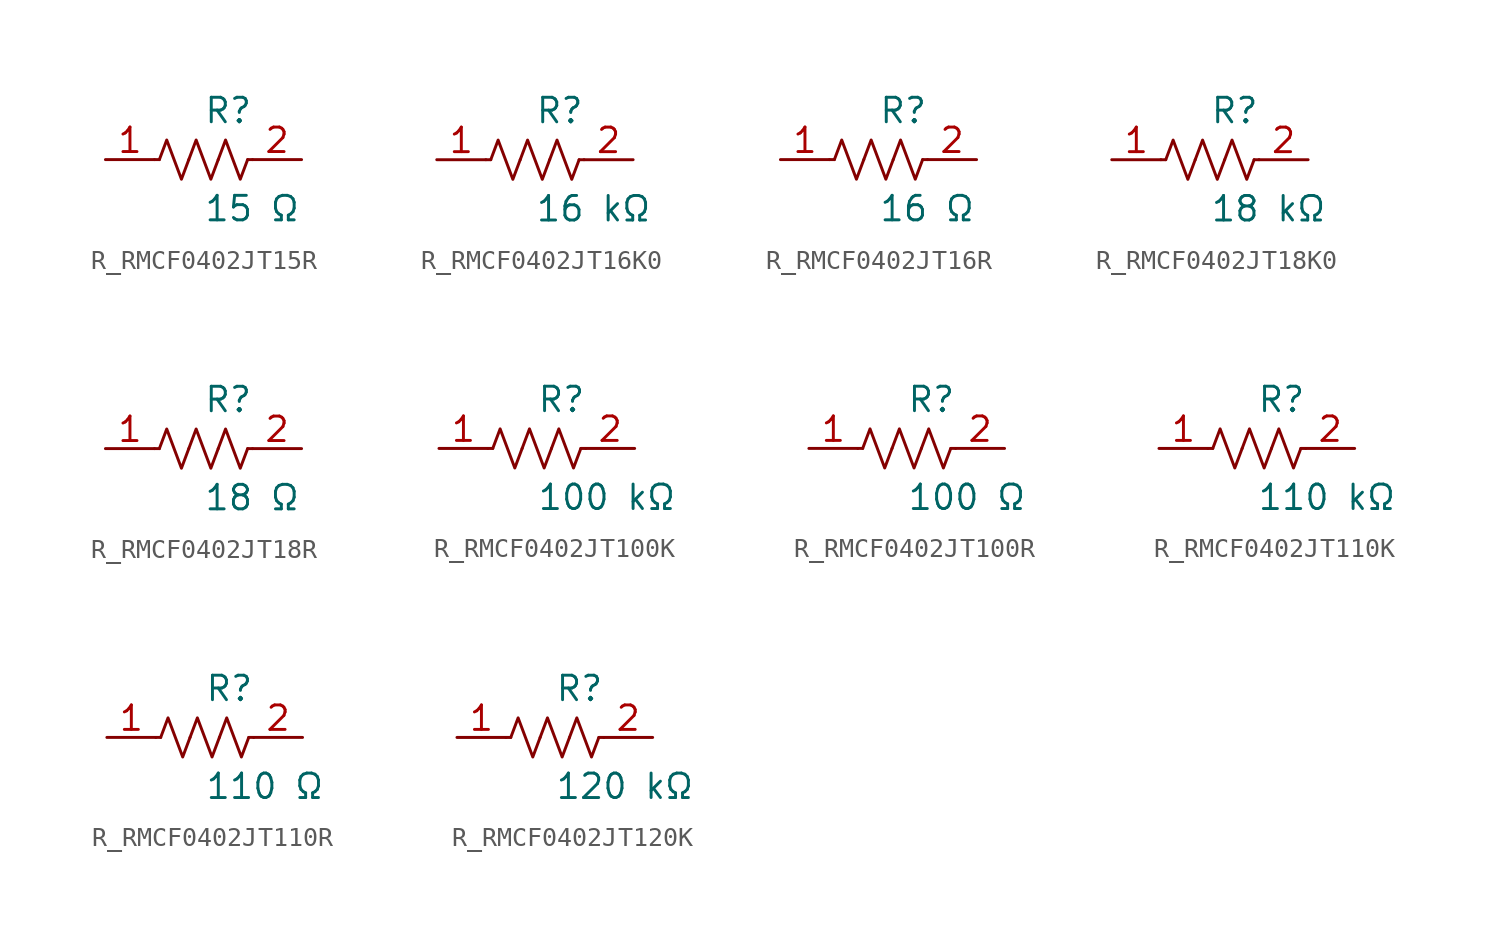
<source format=kicad_sym>
(kicad_symbol_lib
  (version 20231120)
  (generator kicad_symbol_editor)
  (generator_version 8.0)
  (symbol "R_RMCF0402JT15R"
    (pin_names
      (offset 0.254))
    (property "Reference" "R"
      (at 0 2.54 0)
      (effects (font (size 1.27 1.27)) (justify left)))
    (property "Value" "15 Ω"
      (at 0 -2.54 0)
      (effects (font (size 1.27 1.27)) (justify left)))
    (symbol "R_RMCF0402JT15R_0_1"
      (polyline (pts (xy 2.286 0) (xy 2.54 0)) (stroke (width 0) (type default)) (fill (type none)))
      (polyline (pts (xy -2.286 0) (xy -2.54 0)) (stroke (width 0) (type default)) (fill (type none)))
      (polyline (pts (xy 0.762 0) (xy 1.143 1.016) (xy 1.524 0) (xy 1.905 -1.016) (xy 2.286 0)) (stroke (width 0) (type default)) (fill (type none)))
      (polyline (pts (xy -0.762 0) (xy -0.381 1.016) (xy 0 0) (xy 0.381 -1.016) (xy 0.762 0)) (stroke (width 0) (type default)) (fill (type none)))
      (polyline (pts (xy -2.286 0) (xy -1.905 1.016) (xy -1.524 0) (xy -1.143 -1.016) (xy -0.762 0)) (stroke (width 0) (type default)) (fill (type none))))
    (pin unspecified line
      (at -5.08 0 0)
      (length 2.54)
      (name "" (effects (font (size 1.27 1.27))))
      (number "1" (effects (font (size 1.27 1.27)))))
    (pin unspecified line
      (at 5.08 0 180)
      (length 2.54)
      (name "" (effects (font (size 1.27 1.27))))
      (number "2" (effects (font (size 1.27 1.27))))))
  (symbol "R_RMCF0402JT16K0"
    (pin_names
      (offset 0.254))
    (property "Reference" "R"
      (at 0 2.54 0)
      (effects (font (size 1.27 1.27)) (justify left)))
    (property "Value" "16 kΩ"
      (at 0 -2.54 0)
      (effects (font (size 1.27 1.27)) (justify left)))
    (symbol "R_RMCF0402JT16K0_0_1"
      (polyline (pts (xy 2.286 0) (xy 2.54 0)) (stroke (width 0) (type default)) (fill (type none)))
      (polyline (pts (xy -2.286 0) (xy -2.54 0)) (stroke (width 0) (type default)) (fill (type none)))
      (polyline (pts (xy 0.762 0) (xy 1.143 1.016) (xy 1.524 0) (xy 1.905 -1.016) (xy 2.286 0)) (stroke (width 0) (type default)) (fill (type none)))
      (polyline (pts (xy -0.762 0) (xy -0.381 1.016) (xy 0 0) (xy 0.381 -1.016) (xy 0.762 0)) (stroke (width 0) (type default)) (fill (type none)))
      (polyline (pts (xy -2.286 0) (xy -1.905 1.016) (xy -1.524 0) (xy -1.143 -1.016) (xy -0.762 0)) (stroke (width 0) (type default)) (fill (type none))))
    (pin unspecified line
      (at -5.08 0 0)
      (length 2.54)
      (name "" (effects (font (size 1.27 1.27))))
      (number "1" (effects (font (size 1.27 1.27)))))
    (pin unspecified line
      (at 5.08 0 180)
      (length 2.54)
      (name "" (effects (font (size 1.27 1.27))))
      (number "2" (effects (font (size 1.27 1.27))))))
  (symbol "R_RMCF0402JT16R"
    (pin_names
      (offset 0.254))
    (property "Reference" "R"
      (at 0 2.54 0)
      (effects (font (size 1.27 1.27)) (justify left)))
    (property "Value" "16 Ω"
      (at 0 -2.54 0)
      (effects (font (size 1.27 1.27)) (justify left)))
    (symbol "R_RMCF0402JT16R_0_1"
      (polyline (pts (xy 2.286 0) (xy 2.54 0)) (stroke (width 0) (type default)) (fill (type none)))
      (polyline (pts (xy -2.286 0) (xy -2.54 0)) (stroke (width 0) (type default)) (fill (type none)))
      (polyline (pts (xy 0.762 0) (xy 1.143 1.016) (xy 1.524 0) (xy 1.905 -1.016) (xy 2.286 0)) (stroke (width 0) (type default)) (fill (type none)))
      (polyline (pts (xy -0.762 0) (xy -0.381 1.016) (xy 0 0) (xy 0.381 -1.016) (xy 0.762 0)) (stroke (width 0) (type default)) (fill (type none)))
      (polyline (pts (xy -2.286 0) (xy -1.905 1.016) (xy -1.524 0) (xy -1.143 -1.016) (xy -0.762 0)) (stroke (width 0) (type default)) (fill (type none))))
    (pin unspecified line
      (at -5.08 0 0)
      (length 2.54)
      (name "" (effects (font (size 1.27 1.27))))
      (number "1" (effects (font (size 1.27 1.27)))))
    (pin unspecified line
      (at 5.08 0 180)
      (length 2.54)
      (name "" (effects (font (size 1.27 1.27))))
      (number "2" (effects (font (size 1.27 1.27))))))
  (symbol "R_RMCF0402JT18K0"
    (pin_names
      (offset 0.254))
    (property "Reference" "R"
      (at 0 2.54 0)
      (effects (font (size 1.27 1.27)) (justify left)))
    (property "Value" "18 kΩ"
      (at 0 -2.54 0)
      (effects (font (size 1.27 1.27)) (justify left)))
    (symbol "R_RMCF0402JT18K0_0_1"
      (polyline (pts (xy 2.286 0) (xy 2.54 0)) (stroke (width 0) (type default)) (fill (type none)))
      (polyline (pts (xy -2.286 0) (xy -2.54 0)) (stroke (width 0) (type default)) (fill (type none)))
      (polyline (pts (xy 0.762 0) (xy 1.143 1.016) (xy 1.524 0) (xy 1.905 -1.016) (xy 2.286 0)) (stroke (width 0) (type default)) (fill (type none)))
      (polyline (pts (xy -0.762 0) (xy -0.381 1.016) (xy 0 0) (xy 0.381 -1.016) (xy 0.762 0)) (stroke (width 0) (type default)) (fill (type none)))
      (polyline (pts (xy -2.286 0) (xy -1.905 1.016) (xy -1.524 0) (xy -1.143 -1.016) (xy -0.762 0)) (stroke (width 0) (type default)) (fill (type none))))
    (pin unspecified line
      (at -5.08 0 0)
      (length 2.54)
      (name "" (effects (font (size 1.27 1.27))))
      (number "1" (effects (font (size 1.27 1.27)))))
    (pin unspecified line
      (at 5.08 0 180)
      (length 2.54)
      (name "" (effects (font (size 1.27 1.27))))
      (number "2" (effects (font (size 1.27 1.27))))))
  (symbol "R_RMCF0402JT18R"
    (pin_names
      (offset 0.254))
    (property "Reference" "R"
      (at 0 2.54 0)
      (effects (font (size 1.27 1.27)) (justify left)))
    (property "Value" "18 Ω"
      (at 0 -2.54 0)
      (effects (font (size 1.27 1.27)) (justify left)))
    (symbol "R_RMCF0402JT18R_0_1"
      (polyline (pts (xy 2.286 0) (xy 2.54 0)) (stroke (width 0) (type default)) (fill (type none)))
      (polyline (pts (xy -2.286 0) (xy -2.54 0)) (stroke (width 0) (type default)) (fill (type none)))
      (polyline (pts (xy 0.762 0) (xy 1.143 1.016) (xy 1.524 0) (xy 1.905 -1.016) (xy 2.286 0)) (stroke (width 0) (type default)) (fill (type none)))
      (polyline (pts (xy -0.762 0) (xy -0.381 1.016) (xy 0 0) (xy 0.381 -1.016) (xy 0.762 0)) (stroke (width 0) (type default)) (fill (type none)))
      (polyline (pts (xy -2.286 0) (xy -1.905 1.016) (xy -1.524 0) (xy -1.143 -1.016) (xy -0.762 0)) (stroke (width 0) (type default)) (fill (type none))))
    (pin unspecified line
      (at -5.08 0 0)
      (length 2.54)
      (name "" (effects (font (size 1.27 1.27))))
      (number "1" (effects (font (size 1.27 1.27)))))
    (pin unspecified line
      (at 5.08 0 180)
      (length 2.54)
      (name "" (effects (font (size 1.27 1.27))))
      (number "2" (effects (font (size 1.27 1.27))))))
  (symbol "R_RMCF0402JT100K"
    (pin_names
      (offset 0.254))
    (property "Reference" "R"
      (at 0 2.54 0)
      (effects (font (size 1.27 1.27)) (justify left)))
    (property "Value" "100 kΩ"
      (at 0 -2.54 0)
      (effects (font (size 1.27 1.27)) (justify left)))
    (symbol "R_RMCF0402JT100K_0_1"
      (polyline (pts (xy 2.286 0) (xy 2.54 0)) (stroke (width 0) (type default)) (fill (type none)))
      (polyline (pts (xy -2.286 0) (xy -2.54 0)) (stroke (width 0) (type default)) (fill (type none)))
      (polyline (pts (xy 0.762 0) (xy 1.143 1.016) (xy 1.524 0) (xy 1.905 -1.016) (xy 2.286 0)) (stroke (width 0) (type default)) (fill (type none)))
      (polyline (pts (xy -0.762 0) (xy -0.381 1.016) (xy 0 0) (xy 0.381 -1.016) (xy 0.762 0)) (stroke (width 0) (type default)) (fill (type none)))
      (polyline (pts (xy -2.286 0) (xy -1.905 1.016) (xy -1.524 0) (xy -1.143 -1.016) (xy -0.762 0)) (stroke (width 0) (type default)) (fill (type none))))
    (pin unspecified line
      (at -5.08 0 0)
      (length 2.54)
      (name "" (effects (font (size 1.27 1.27))))
      (number "1" (effects (font (size 1.27 1.27)))))
    (pin unspecified line
      (at 5.08 0 180)
      (length 2.54)
      (name "" (effects (font (size 1.27 1.27))))
      (number "2" (effects (font (size 1.27 1.27))))))
  (symbol "R_RMCF0402JT100R"
    (pin_names
      (offset 0.254))
    (property "Reference" "R"
      (at 0 2.54 0)
      (effects (font (size 1.27 1.27)) (justify left)))
    (property "Value" "100 Ω"
      (at 0 -2.54 0)
      (effects (font (size 1.27 1.27)) (justify left)))
    (symbol "R_RMCF0402JT100R_0_1"
      (polyline (pts (xy 2.286 0) (xy 2.54 0)) (stroke (width 0) (type default)) (fill (type none)))
      (polyline (pts (xy -2.286 0) (xy -2.54 0)) (stroke (width 0) (type default)) (fill (type none)))
      (polyline (pts (xy 0.762 0) (xy 1.143 1.016) (xy 1.524 0) (xy 1.905 -1.016) (xy 2.286 0)) (stroke (width 0) (type default)) (fill (type none)))
      (polyline (pts (xy -0.762 0) (xy -0.381 1.016) (xy 0 0) (xy 0.381 -1.016) (xy 0.762 0)) (stroke (width 0) (type default)) (fill (type none)))
      (polyline (pts (xy -2.286 0) (xy -1.905 1.016) (xy -1.524 0) (xy -1.143 -1.016) (xy -0.762 0)) (stroke (width 0) (type default)) (fill (type none))))
    (pin unspecified line
      (at -5.08 0 0)
      (length 2.54)
      (name "" (effects (font (size 1.27 1.27))))
      (number "1" (effects (font (size 1.27 1.27)))))
    (pin unspecified line
      (at 5.08 0 180)
      (length 2.54)
      (name "" (effects (font (size 1.27 1.27))))
      (number "2" (effects (font (size 1.27 1.27))))))
  (symbol "R_RMCF0402JT110K"
    (pin_names
      (offset 0.254))
    (property "Reference" "R"
      (at 0 2.54 0)
      (effects (font (size 1.27 1.27)) (justify left)))
    (property "Value" "110 kΩ"
      (at 0 -2.54 0)
      (effects (font (size 1.27 1.27)) (justify left)))
    (symbol "R_RMCF0402JT110K_0_1"
      (polyline (pts (xy 2.286 0) (xy 2.54 0)) (stroke (width 0) (type default)) (fill (type none)))
      (polyline (pts (xy -2.286 0) (xy -2.54 0)) (stroke (width 0) (type default)) (fill (type none)))
      (polyline (pts (xy 0.762 0) (xy 1.143 1.016) (xy 1.524 0) (xy 1.905 -1.016) (xy 2.286 0)) (stroke (width 0) (type default)) (fill (type none)))
      (polyline (pts (xy -0.762 0) (xy -0.381 1.016) (xy 0 0) (xy 0.381 -1.016) (xy 0.762 0)) (stroke (width 0) (type default)) (fill (type none)))
      (polyline (pts (xy -2.286 0) (xy -1.905 1.016) (xy -1.524 0) (xy -1.143 -1.016) (xy -0.762 0)) (stroke (width 0) (type default)) (fill (type none))))
    (pin unspecified line
      (at -5.08 0 0)
      (length 2.54)
      (name "" (effects (font (size 1.27 1.27))))
      (number "1" (effects (font (size 1.27 1.27)))))
    (pin unspecified line
      (at 5.08 0 180)
      (length 2.54)
      (name "" (effects (font (size 1.27 1.27))))
      (number "2" (effects (font (size 1.27 1.27))))))
  (symbol "R_RMCF0402JT110R"
    (pin_names
      (offset 0.254))
    (property "Reference" "R"
      (at 0 2.54 0)
      (effects (font (size 1.27 1.27)) (justify left)))
    (property "Value" "110 Ω"
      (at 0 -2.54 0)
      (effects (font (size 1.27 1.27)) (justify left)))
    (symbol "R_RMCF0402JT110R_0_1"
      (polyline (pts (xy 2.286 0) (xy 2.54 0)) (stroke (width 0) (type default)) (fill (type none)))
      (polyline (pts (xy -2.286 0) (xy -2.54 0)) (stroke (width 0) (type default)) (fill (type none)))
      (polyline (pts (xy 0.762 0) (xy 1.143 1.016) (xy 1.524 0) (xy 1.905 -1.016) (xy 2.286 0)) (stroke (width 0) (type default)) (fill (type none)))
      (polyline (pts (xy -0.762 0) (xy -0.381 1.016) (xy 0 0) (xy 0.381 -1.016) (xy 0.762 0)) (stroke (width 0) (type default)) (fill (type none)))
      (polyline (pts (xy -2.286 0) (xy -1.905 1.016) (xy -1.524 0) (xy -1.143 -1.016) (xy -0.762 0)) (stroke (width 0) (type default)) (fill (type none))))
    (pin unspecified line
      (at -5.08 0 0)
      (length 2.54)
      (name "" (effects (font (size 1.27 1.27))))
      (number "1" (effects (font (size 1.27 1.27)))))
    (pin unspecified line
      (at 5.08 0 180)
      (length 2.54)
      (name "" (effects (font (size 1.27 1.27))))
      (number "2" (effects (font (size 1.27 1.27))))))
  (symbol "R_RMCF0402JT120K"
    (pin_names
      (offset 0.254))
    (property "Reference" "R"
      (at 0 2.54 0)
      (effects (font (size 1.27 1.27)) (justify left)))
    (property "Value" "120 kΩ"
      (at 0 -2.54 0)
      (effects (font (size 1.27 1.27)) (justify left)))
    (symbol "R_RMCF0402JT120K_0_1"
      (polyline (pts (xy 2.286 0) (xy 2.54 0)) (stroke (width 0) (type default)) (fill (type none)))
      (polyline (pts (xy -2.286 0) (xy -2.54 0)) (stroke (width 0) (type default)) (fill (type none)))
      (polyline (pts (xy 0.762 0) (xy 1.143 1.016) (xy 1.524 0) (xy 1.905 -1.016) (xy 2.286 0)) (stroke (width 0) (type default)) (fill (type none)))
      (polyline (pts (xy -0.762 0) (xy -0.381 1.016) (xy 0 0) (xy 0.381 -1.016) (xy 0.762 0)) (stroke (width 0) (type default)) (fill (type none)))
      (polyline (pts (xy -2.286 0) (xy -1.905 1.016) (xy -1.524 0) (xy -1.143 -1.016) (xy -0.762 0)) (stroke (width 0) (type default)) (fill (type none))))
    (pin unspecified line
      (at -5.08 0 0)
      (length 2.54)
      (name "" (effects (font (size 1.27 1.27))))
      (number "1" (effects (font (size 1.27 1.27)))))
    (pin unspecified line
      (at 5.08 0 180)
      (length 2.54)
      (name "" (effects (font (size 1.27 1.27))))
      (number "2" (effects (font (size 1.27 1.27)))))))
</source>
